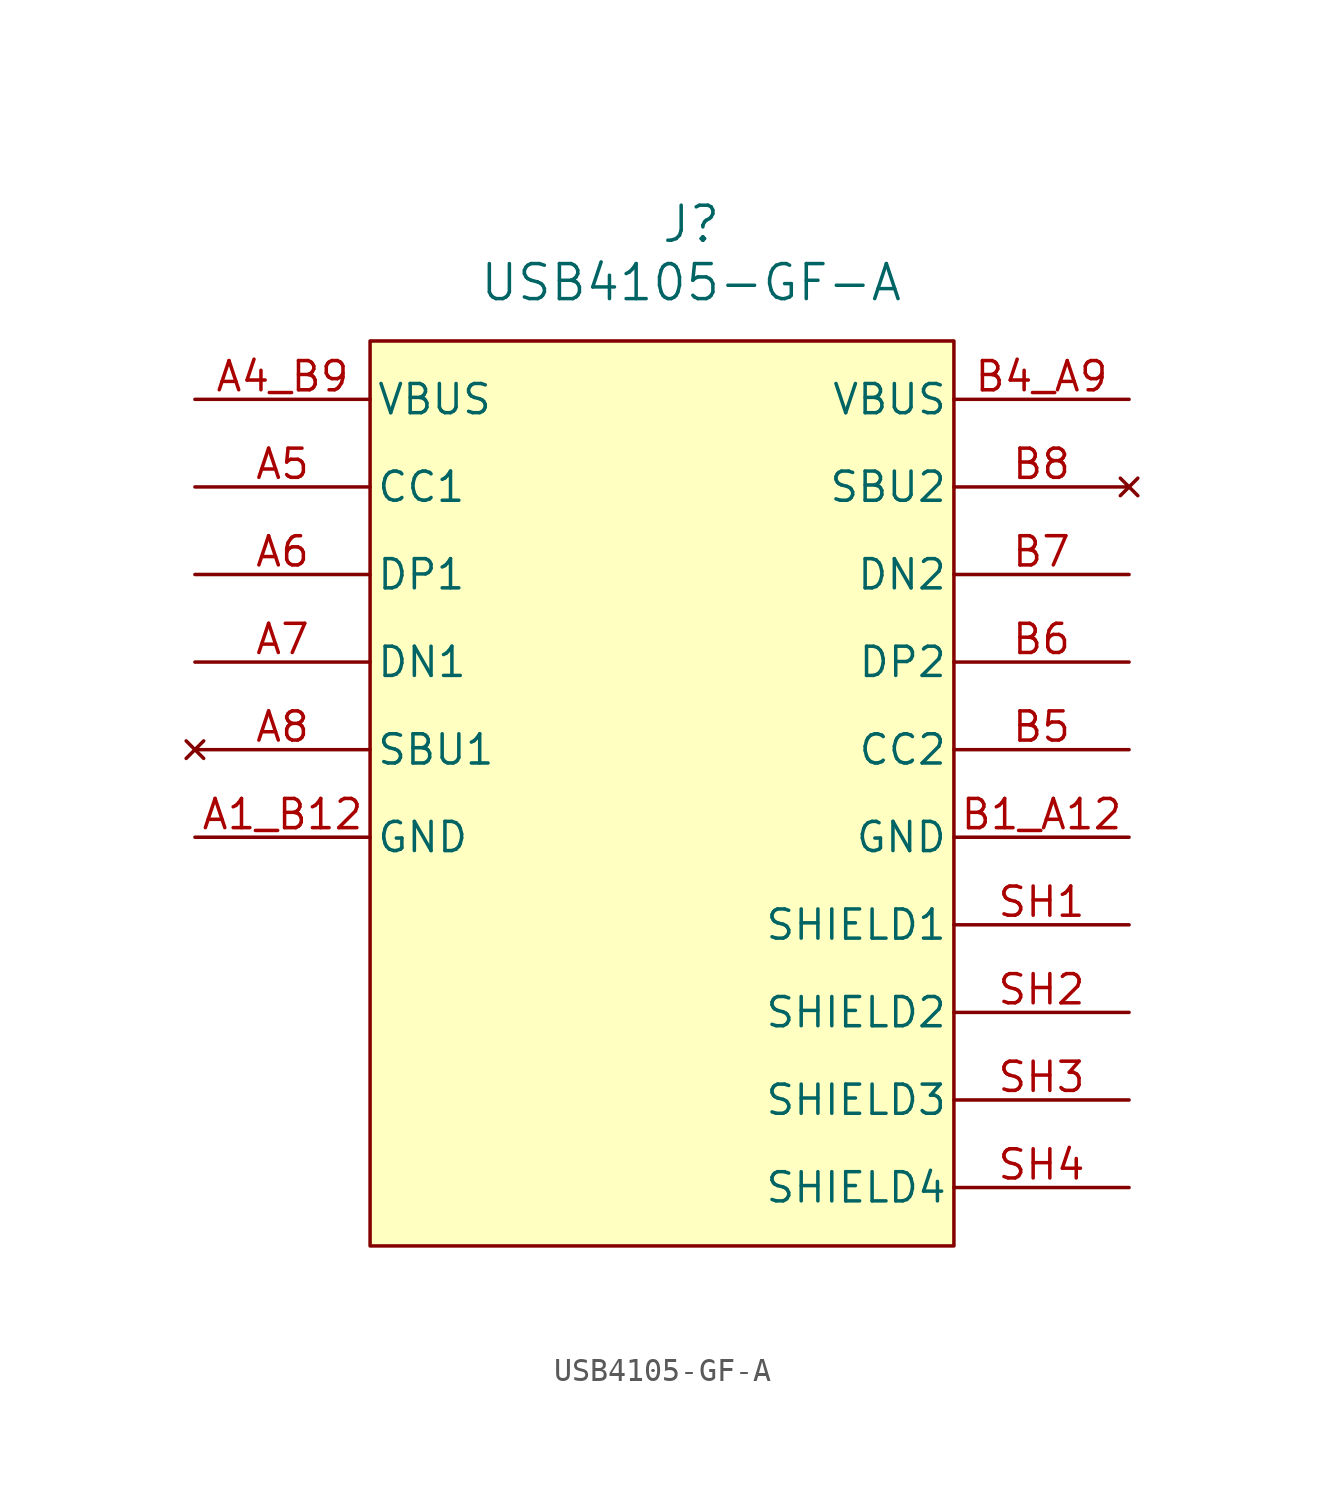
<source format=kicad_sym>
(kicad_symbol_lib
  (version 20231120)
  (generator "kicad_symbol_editor")
  (generator_version "8.0")
  (symbol "USB4105-GF-A"
    (pin_names
      (offset 0.254))
    (property "Reference" "J"
      (at 20.32 10.16 0)
      (effects (font (size 1.524 1.524))))
    (property "Value" "USB4105-GF-A"
      (at 20.32 7.62 0)
      (effects (font (size 1.524 1.524))))
    (property "ki_locked" ""
      (at 0 0 0)
      (effects (font (size 1.27 1.27))))
    (symbol "USB4105-GF-A_1_1"
      (rectangle (start 6.35 5.08) (end 31.75 -34.29) (stroke (width 0) (type default)) (fill (type background)))
      (pin passive line (at -1.27 -16.51 0) (length 7.62) (name "GND" (effects (font (size 1.27 1.27)))) (number "A1_B12" (effects (font (size 1.27 1.27)))))
      (pin power_in line (at -1.27 2.54 0) (length 7.62) (name "VBUS" (effects (font (size 1.27 1.27)))) (number "A4_B9" (effects (font (size 1.27 1.27)))))
      (pin passive line (at -1.27 -1.27 0) (length 7.62) (name "CC1" (effects (font (size 1.27 1.27)))) (number "A5" (effects (font (size 1.27 1.27)))))
      (pin bidirectional line (at -1.27 -5.08 0) (length 7.62) (name "DP1" (effects (font (size 1.27 1.27)))) (number "A6" (effects (font (size 1.27 1.27)))))
      (pin bidirectional line (at -1.27 -8.89 0) (length 7.62) (name "DN1" (effects (font (size 1.27 1.27)))) (number "A7" (effects (font (size 1.27 1.27)))))
      (pin no_connect line (at -1.27 -12.7 0) (length 7.62) (name "SBU1" (effects (font (size 1.27 1.27)))) (number "A8" (effects (font (size 1.27 1.27)))))
      (pin passive line (at 39.37 -16.51 180) (length 7.62) (name "GND" (effects (font (size 1.27 1.27)))) (number "B1_A12" (effects (font (size 1.27 1.27)))))
      (pin power_in line (at 39.37 2.54 180) (length 7.62) (name "VBUS" (effects (font (size 1.27 1.27)))) (number "B4_A9" (effects (font (size 1.27 1.27)))))
      (pin passive line (at 39.37 -12.7 180) (length 7.62) (name "CC2" (effects (font (size 1.27 1.27)))) (number "B5" (effects (font (size 1.27 1.27)))))
      (pin bidirectional line (at 39.37 -8.89 180) (length 7.62) (name "DP2" (effects (font (size 1.27 1.27)))) (number "B6" (effects (font (size 1.27 1.27)))))
      (pin bidirectional line (at 39.37 -5.08 180) (length 7.62) (name "DN2" (effects (font (size 1.27 1.27)))) (number "B7" (effects (font (size 1.27 1.27)))))
      (pin no_connect line (at 39.37 -1.27 180) (length 7.62) (name "SBU2" (effects (font (size 1.27 1.27)))) (number "B8" (effects (font (size 1.27 1.27)))))
      (pin passive line (at 39.37 -20.32 180) (length 7.62) (name "SHIELD1" (effects (font (size 1.27 1.27)))) (number "SH1" (effects (font (size 1.27 1.27)))))
      (pin passive line (at 39.37 -24.13 180) (length 7.62) (name "SHIELD2" (effects (font (size 1.27 1.27)))) (number "SH2" (effects (font (size 1.27 1.27)))))
      (pin passive line (at 39.37 -27.94 180) (length 7.62) (name "SHIELD3" (effects (font (size 1.27 1.27)))) (number "SH3" (effects (font (size 1.27 1.27)))))
      (pin passive line (at 39.37 -31.75 180) (length 7.62) (name "SHIELD4" (effects (font (size 1.27 1.27)))) (number "SH4" (effects (font (size 1.27 1.27))))))))
</source>
